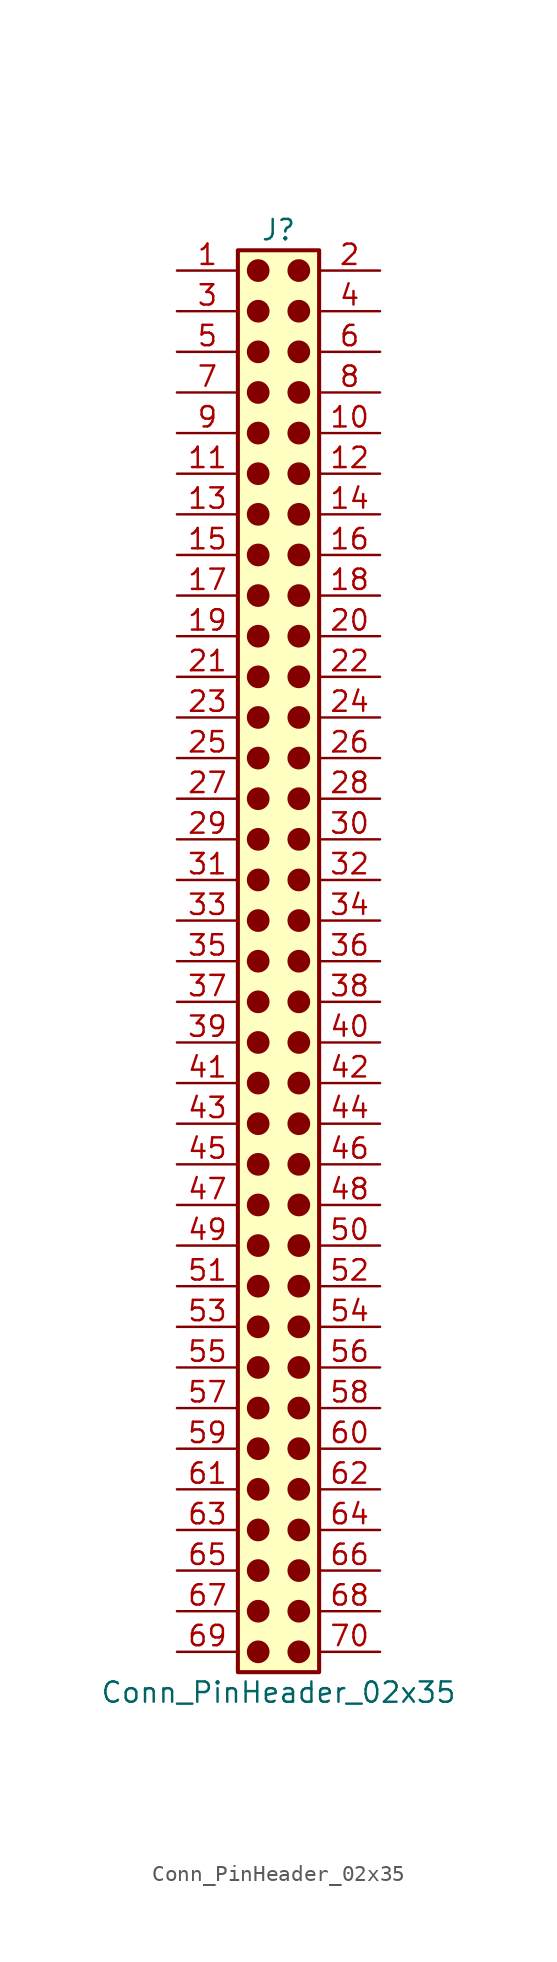
<source format=kicad_sym>
(kicad_symbol_lib
  (version 20241209)
  (generator "kicad_symbol_editor")
  (generator_version "9.0")
  (symbol "Conn_PinHeader_02x35"
    (pin_names
      (offset 1.016)
      (hide yes))
    (property "Reference" "J"
      (at 1.27 45.72 0)
      (effects (font (size 1.27 1.27))))
    (property "Value" "Conn_PinHeader_02x35"
      (at 1.27 -45.72 0)
      (effects (font (size 1.27 1.27))))
    (symbol "Conn_PinHeader_02x35_1_1"
      (rectangle (start -1.27 44.45) (end 3.81 -44.45) (stroke (width 0.254) (type default)) (fill (type background)))
      (circle (center 0 43.18) (radius 0.635) (stroke (width 0) (type solid) (color 132 0 0 1)) (fill (type outline)))
      (circle (center 0 40.64) (radius 0.635) (stroke (width 0) (type solid) (color 132 0 0 1)) (fill (type outline)))
      (circle (center 0 38.1) (radius 0.635) (stroke (width 0) (type solid) (color 132 0 0 1)) (fill (type outline)))
      (circle (center 0 35.56) (radius 0.635) (stroke (width 0) (type solid) (color 132 0 0 1)) (fill (type outline)))
      (circle (center 0 33.02) (radius 0.635) (stroke (width 0) (type solid) (color 132 0 0 1)) (fill (type outline)))
      (circle (center 0 30.48) (radius 0.635) (stroke (width 0) (type solid) (color 132 0 0 1)) (fill (type outline)))
      (circle (center 0 27.94) (radius 0.635) (stroke (width 0) (type solid) (color 132 0 0 1)) (fill (type outline)))
      (circle (center 0 25.4) (radius 0.635) (stroke (width 0) (type solid) (color 132 0 0 1)) (fill (type outline)))
      (circle (center 0 22.86) (radius 0.635) (stroke (width 0) (type solid) (color 132 0 0 1)) (fill (type outline)))
      (circle (center 0 20.32) (radius 0.635) (stroke (width 0) (type solid) (color 132 0 0 1)) (fill (type outline)))
      (circle (center 0 17.78) (radius 0.635) (stroke (width 0) (type solid) (color 132 0 0 1)) (fill (type outline)))
      (circle (center 0 15.24) (radius 0.635) (stroke (width 0) (type solid) (color 132 0 0 1)) (fill (type outline)))
      (circle (center 0 12.7) (radius 0.635) (stroke (width 0) (type solid) (color 132 0 0 1)) (fill (type outline)))
      (circle (center 0 10.16) (radius 0.635) (stroke (width 0) (type solid) (color 132 0 0 1)) (fill (type outline)))
      (circle (center 0 7.62) (radius 0.635) (stroke (width 0) (type solid) (color 132 0 0 1)) (fill (type outline)))
      (circle (center 0 5.08) (radius 0.635) (stroke (width 0) (type solid) (color 132 0 0 1)) (fill (type outline)))
      (circle (center 0 2.54) (radius 0.635) (stroke (width 0) (type solid) (color 132 0 0 1)) (fill (type outline)))
      (circle (center 0 0) (radius 0.635) (stroke (width 0) (type solid) (color 132 0 0 1)) (fill (type outline)))
      (circle (center 0 -2.54) (radius 0.635) (stroke (width 0) (type solid) (color 132 0 0 1)) (fill (type outline)))
      (circle (center 0 -5.08) (radius 0.635) (stroke (width 0) (type solid) (color 132 0 0 1)) (fill (type outline)))
      (circle (center 0 -7.62) (radius 0.635) (stroke (width 0) (type solid) (color 132 0 0 1)) (fill (type outline)))
      (circle (center 0 -10.16) (radius 0.635) (stroke (width 0) (type solid) (color 132 0 0 1)) (fill (type outline)))
      (circle (center 0 -12.7) (radius 0.635) (stroke (width 0) (type solid) (color 132 0 0 1)) (fill (type outline)))
      (circle (center 0 -15.24) (radius 0.635) (stroke (width 0) (type solid) (color 132 0 0 1)) (fill (type outline)))
      (circle (center 0 -17.78) (radius 0.635) (stroke (width 0) (type solid) (color 132 0 0 1)) (fill (type outline)))
      (circle (center 0 -20.32) (radius 0.635) (stroke (width 0) (type solid) (color 132 0 0 1)) (fill (type outline)))
      (circle (center 0 -22.86) (radius 0.635) (stroke (width 0) (type solid) (color 132 0 0 1)) (fill (type outline)))
      (circle (center 0 -25.4) (radius 0.635) (stroke (width 0) (type solid) (color 132 0 0 1)) (fill (type outline)))
      (circle (center 0 -27.94) (radius 0.635) (stroke (width 0) (type solid) (color 132 0 0 1)) (fill (type outline)))
      (circle (center 0 -30.48) (radius 0.635) (stroke (width 0) (type solid) (color 132 0 0 1)) (fill (type outline)))
      (circle (center 0 -33.02) (radius 0.635) (stroke (width 0) (type solid) (color 132 0 0 1)) (fill (type outline)))
      (circle (center 0 -35.56) (radius 0.635) (stroke (width 0) (type solid) (color 132 0 0 1)) (fill (type outline)))
      (circle (center 0 -38.1) (radius 0.635) (stroke (width 0) (type solid) (color 132 0 0 1)) (fill (type outline)))
      (circle (center 0 -40.64) (radius 0.635) (stroke (width 0) (type solid) (color 132 0 0 1)) (fill (type outline)))
      (circle (center 0 -43.18) (radius 0.635) (stroke (width 0) (type solid) (color 132 0 0 1)) (fill (type outline)))
      (circle (center 2.54 43.18) (radius 0.635) (stroke (width 0) (type solid) (color 132 0 0 1)) (fill (type outline)))
      (circle (center 2.54 40.64) (radius 0.635) (stroke (width 0) (type solid) (color 132 0 0 1)) (fill (type outline)))
      (circle (center 2.54 38.1) (radius 0.635) (stroke (width 0) (type solid) (color 132 0 0 1)) (fill (type outline)))
      (circle (center 2.54 35.56) (radius 0.635) (stroke (width 0) (type solid) (color 132 0 0 1)) (fill (type outline)))
      (circle (center 2.54 33.02) (radius 0.635) (stroke (width 0) (type solid) (color 132 0 0 1)) (fill (type outline)))
      (circle (center 2.54 30.48) (radius 0.635) (stroke (width 0) (type solid) (color 132 0 0 1)) (fill (type outline)))
      (circle (center 2.54 27.94) (radius 0.635) (stroke (width 0) (type solid) (color 132 0 0 1)) (fill (type outline)))
      (circle (center 2.54 25.4) (radius 0.635) (stroke (width 0) (type solid) (color 132 0 0 1)) (fill (type outline)))
      (circle (center 2.54 22.86) (radius 0.635) (stroke (width 0) (type solid) (color 132 0 0 1)) (fill (type outline)))
      (circle (center 2.54 20.32) (radius 0.635) (stroke (width 0) (type solid) (color 132 0 0 1)) (fill (type outline)))
      (circle (center 2.54 17.78) (radius 0.635) (stroke (width 0) (type solid) (color 132 0 0 1)) (fill (type outline)))
      (circle (center 2.54 15.24) (radius 0.635) (stroke (width 0) (type solid) (color 132 0 0 1)) (fill (type outline)))
      (circle (center 2.54 12.7) (radius 0.635) (stroke (width 0) (type solid) (color 132 0 0 1)) (fill (type outline)))
      (circle (center 2.54 10.16) (radius 0.635) (stroke (width 0) (type solid) (color 132 0 0 1)) (fill (type outline)))
      (circle (center 2.54 7.62) (radius 0.635) (stroke (width 0) (type solid) (color 132 0 0 1)) (fill (type outline)))
      (circle (center 2.54 5.08) (radius 0.635) (stroke (width 0) (type solid) (color 132 0 0 1)) (fill (type outline)))
      (circle (center 2.54 2.54) (radius 0.635) (stroke (width 0) (type solid) (color 132 0 0 1)) (fill (type outline)))
      (circle (center 2.54 0) (radius 0.635) (stroke (width 0) (type solid) (color 132 0 0 1)) (fill (type outline)))
      (circle (center 2.54 -2.54) (radius 0.635) (stroke (width 0) (type solid) (color 132 0 0 1)) (fill (type outline)))
      (circle (center 2.54 -5.08) (radius 0.635) (stroke (width 0) (type solid) (color 132 0 0 1)) (fill (type outline)))
      (circle (center 2.54 -7.62) (radius 0.635) (stroke (width 0) (type solid) (color 132 0 0 1)) (fill (type outline)))
      (circle (center 2.54 -10.16) (radius 0.635) (stroke (width 0) (type solid) (color 132 0 0 1)) (fill (type outline)))
      (circle (center 2.54 -12.7) (radius 0.635) (stroke (width 0) (type solid) (color 132 0 0 1)) (fill (type outline)))
      (circle (center 2.54 -15.24) (radius 0.635) (stroke (width 0) (type solid) (color 132 0 0 1)) (fill (type outline)))
      (circle (center 2.54 -17.78) (radius 0.635) (stroke (width 0) (type solid) (color 132 0 0 1)) (fill (type outline)))
      (circle (center 2.54 -20.32) (radius 0.635) (stroke (width 0) (type solid) (color 132 0 0 1)) (fill (type outline)))
      (circle (center 2.54 -22.86) (radius 0.635) (stroke (width 0) (type solid) (color 132 0 0 1)) (fill (type outline)))
      (circle (center 2.54 -25.4) (radius 0.635) (stroke (width 0) (type solid) (color 132 0 0 1)) (fill (type outline)))
      (circle (center 2.54 -27.94) (radius 0.635) (stroke (width 0) (type solid) (color 132 0 0 1)) (fill (type outline)))
      (circle (center 2.54 -30.48) (radius 0.635) (stroke (width 0) (type solid) (color 132 0 0 1)) (fill (type outline)))
      (circle (center 2.54 -33.02) (radius 0.635) (stroke (width 0) (type solid) (color 132 0 0 1)) (fill (type outline)))
      (circle (center 2.54 -35.56) (radius 0.635) (stroke (width 0) (type solid) (color 132 0 0 1)) (fill (type outline)))
      (circle (center 2.54 -38.1) (radius 0.635) (stroke (width 0) (type solid) (color 132 0 0 1)) (fill (type outline)))
      (circle (center 2.54 -40.64) (radius 0.635) (stroke (width 0) (type solid) (color 132 0 0 1)) (fill (type outline)))
      (circle (center 2.54 -43.18) (radius 0.635) (stroke (width 0) (type solid) (color 132 0 0 1)) (fill (type outline)))
      (pin passive line (at -5.08 43.18 0) (length 3.81) (name "Pin_1" (effects (font (size 1.27 1.27)))) (number "1" (effects (font (size 1.27 1.27)))))
      (pin passive line (at -5.08 40.64 0) (length 3.81) (name "Pin_3" (effects (font (size 1.27 1.27)))) (number "3" (effects (font (size 1.27 1.27)))))
      (pin passive line (at -5.08 38.1 0) (length 3.81) (name "Pin_5" (effects (font (size 1.27 1.27)))) (number "5" (effects (font (size 1.27 1.27)))))
      (pin passive line (at -5.08 35.56 0) (length 3.81) (name "Pin_7" (effects (font (size 1.27 1.27)))) (number "7" (effects (font (size 1.27 1.27)))))
      (pin passive line (at -5.08 33.02 0) (length 3.81) (name "Pin_9" (effects (font (size 1.27 1.27)))) (number "9" (effects (font (size 1.27 1.27)))))
      (pin passive line (at -5.08 30.48 0) (length 3.81) (name "Pin_11" (effects (font (size 1.27 1.27)))) (number "11" (effects (font (size 1.27 1.27)))))
      (pin passive line (at -5.08 27.94 0) (length 3.81) (name "Pin_13" (effects (font (size 1.27 1.27)))) (number "13" (effects (font (size 1.27 1.27)))))
      (pin passive line (at -5.08 25.4 0) (length 3.81) (name "Pin_15" (effects (font (size 1.27 1.27)))) (number "15" (effects (font (size 1.27 1.27)))))
      (pin passive line (at -5.08 22.86 0) (length 3.81) (name "Pin_17" (effects (font (size 1.27 1.27)))) (number "17" (effects (font (size 1.27 1.27)))))
      (pin passive line (at -5.08 20.32 0) (length 3.81) (name "Pin_19" (effects (font (size 1.27 1.27)))) (number "19" (effects (font (size 1.27 1.27)))))
      (pin passive line (at -5.08 17.78 0) (length 3.81) (name "Pin_21" (effects (font (size 1.27 1.27)))) (number "21" (effects (font (size 1.27 1.27)))))
      (pin passive line (at -5.08 15.24 0) (length 3.81) (name "Pin_23" (effects (font (size 1.27 1.27)))) (number "23" (effects (font (size 1.27 1.27)))))
      (pin passive line (at -5.08 12.7 0) (length 3.81) (name "Pin_25" (effects (font (size 1.27 1.27)))) (number "25" (effects (font (size 1.27 1.27)))))
      (pin passive line (at -5.08 10.16 0) (length 3.81) (name "Pin_27" (effects (font (size 1.27 1.27)))) (number "27" (effects (font (size 1.27 1.27)))))
      (pin passive line (at -5.08 7.62 0) (length 3.81) (name "Pin_29" (effects (font (size 1.27 1.27)))) (number "29" (effects (font (size 1.27 1.27)))))
      (pin passive line (at -5.08 5.08 0) (length 3.81) (name "Pin_31" (effects (font (size 1.27 1.27)))) (number "31" (effects (font (size 1.27 1.27)))))
      (pin passive line (at -5.08 2.54 0) (length 3.81) (name "Pin_33" (effects (font (size 1.27 1.27)))) (number "33" (effects (font (size 1.27 1.27)))))
      (pin passive line (at -5.08 0 0) (length 3.81) (name "Pin_35" (effects (font (size 1.27 1.27)))) (number "35" (effects (font (size 1.27 1.27)))))
      (pin passive line (at -5.08 -2.54 0) (length 3.81) (name "Pin_37" (effects (font (size 1.27 1.27)))) (number "37" (effects (font (size 1.27 1.27)))))
      (pin passive line (at -5.08 -5.08 0) (length 3.81) (name "Pin_39" (effects (font (size 1.27 1.27)))) (number "39" (effects (font (size 1.27 1.27)))))
      (pin passive line (at -5.08 -7.62 0) (length 3.81) (name "Pin_41" (effects (font (size 1.27 1.27)))) (number "41" (effects (font (size 1.27 1.27)))))
      (pin passive line (at -5.08 -10.16 0) (length 3.81) (name "Pin_43" (effects (font (size 1.27 1.27)))) (number "43" (effects (font (size 1.27 1.27)))))
      (pin passive line (at -5.08 -12.7 0) (length 3.81) (name "Pin_45" (effects (font (size 1.27 1.27)))) (number "45" (effects (font (size 1.27 1.27)))))
      (pin passive line (at -5.08 -15.24 0) (length 3.81) (name "Pin_47" (effects (font (size 1.27 1.27)))) (number "47" (effects (font (size 1.27 1.27)))))
      (pin passive line (at -5.08 -17.78 0) (length 3.81) (name "Pin_49" (effects (font (size 1.27 1.27)))) (number "49" (effects (font (size 1.27 1.27)))))
      (pin passive line (at -5.08 -20.32 0) (length 3.81) (name "Pin_51" (effects (font (size 1.27 1.27)))) (number "51" (effects (font (size 1.27 1.27)))))
      (pin passive line (at -5.08 -22.86 0) (length 3.81) (name "Pin_53" (effects (font (size 1.27 1.27)))) (number "53" (effects (font (size 1.27 1.27)))))
      (pin passive line (at -5.08 -25.4 0) (length 3.81) (name "Pin_55" (effects (font (size 1.27 1.27)))) (number "55" (effects (font (size 1.27 1.27)))))
      (pin passive line (at -5.08 -27.94 0) (length 3.81) (name "Pin_57" (effects (font (size 1.27 1.27)))) (number "57" (effects (font (size 1.27 1.27)))))
      (pin passive line (at -5.08 -30.48 0) (length 3.81) (name "Pin_59" (effects (font (size 1.27 1.27)))) (number "59" (effects (font (size 1.27 1.27)))))
      (pin passive line (at -5.08 -33.02 0) (length 3.81) (name "Pin_61" (effects (font (size 1.27 1.27)))) (number "61" (effects (font (size 1.27 1.27)))))
      (pin passive line (at -5.08 -35.56 0) (length 3.81) (name "Pin_63" (effects (font (size 1.27 1.27)))) (number "63" (effects (font (size 1.27 1.27)))))
      (pin passive line (at -5.08 -38.1 0) (length 3.81) (name "Pin_65" (effects (font (size 1.27 1.27)))) (number "65" (effects (font (size 1.27 1.27)))))
      (pin passive line (at -5.08 -40.64 0) (length 3.81) (name "Pin_67" (effects (font (size 1.27 1.27)))) (number "67" (effects (font (size 1.27 1.27)))))
      (pin passive line (at -5.08 -43.18 0) (length 3.81) (name "Pin_69" (effects (font (size 1.27 1.27)))) (number "69" (effects (font (size 1.27 1.27)))))
      (pin passive line (at 7.62 43.18 180) (length 3.81) (name "Pin_2" (effects (font (size 1.27 1.27)))) (number "2" (effects (font (size 1.27 1.27)))))
      (pin passive line (at 7.62 40.64 180) (length 3.81) (name "Pin_4" (effects (font (size 1.27 1.27)))) (number "4" (effects (font (size 1.27 1.27)))))
      (pin passive line (at 7.62 38.1 180) (length 3.81) (name "Pin_6" (effects (font (size 1.27 1.27)))) (number "6" (effects (font (size 1.27 1.27)))))
      (pin passive line (at 7.62 35.56 180) (length 3.81) (name "Pin_8" (effects (font (size 1.27 1.27)))) (number "8" (effects (font (size 1.27 1.27)))))
      (pin passive line (at 7.62 33.02 180) (length 3.81) (name "Pin_10" (effects (font (size 1.27 1.27)))) (number "10" (effects (font (size 1.27 1.27)))))
      (pin passive line (at 7.62 30.48 180) (length 3.81) (name "Pin_12" (effects (font (size 1.27 1.27)))) (number "12" (effects (font (size 1.27 1.27)))))
      (pin passive line (at 7.62 27.94 180) (length 3.81) (name "Pin_14" (effects (font (size 1.27 1.27)))) (number "14" (effects (font (size 1.27 1.27)))))
      (pin passive line (at 7.62 25.4 180) (length 3.81) (name "Pin_16" (effects (font (size 1.27 1.27)))) (number "16" (effects (font (size 1.27 1.27)))))
      (pin passive line (at 7.62 22.86 180) (length 3.81) (name "Pin_18" (effects (font (size 1.27 1.27)))) (number "18" (effects (font (size 1.27 1.27)))))
      (pin passive line (at 7.62 20.32 180) (length 3.81) (name "Pin_20" (effects (font (size 1.27 1.27)))) (number "20" (effects (font (size 1.27 1.27)))))
      (pin passive line (at 7.62 17.78 180) (length 3.81) (name "Pin_22" (effects (font (size 1.27 1.27)))) (number "22" (effects (font (size 1.27 1.27)))))
      (pin passive line (at 7.62 15.24 180) (length 3.81) (name "Pin_24" (effects (font (size 1.27 1.27)))) (number "24" (effects (font (size 1.27 1.27)))))
      (pin passive line (at 7.62 12.7 180) (length 3.81) (name "Pin_26" (effects (font (size 1.27 1.27)))) (number "26" (effects (font (size 1.27 1.27)))))
      (pin passive line (at 7.62 10.16 180) (length 3.81) (name "Pin_28" (effects (font (size 1.27 1.27)))) (number "28" (effects (font (size 1.27 1.27)))))
      (pin passive line (at 7.62 7.62 180) (length 3.81) (name "Pin_30" (effects (font (size 1.27 1.27)))) (number "30" (effects (font (size 1.27 1.27)))))
      (pin passive line (at 7.62 5.08 180) (length 3.81) (name "Pin_32" (effects (font (size 1.27 1.27)))) (number "32" (effects (font (size 1.27 1.27)))))
      (pin passive line (at 7.62 2.54 180) (length 3.81) (name "Pin_34" (effects (font (size 1.27 1.27)))) (number "34" (effects (font (size 1.27 1.27)))))
      (pin passive line (at 7.62 0 180) (length 3.81) (name "Pin_36" (effects (font (size 1.27 1.27)))) (number "36" (effects (font (size 1.27 1.27)))))
      (pin passive line (at 7.62 -2.54 180) (length 3.81) (name "Pin_38" (effects (font (size 1.27 1.27)))) (number "38" (effects (font (size 1.27 1.27)))))
      (pin passive line (at 7.62 -5.08 180) (length 3.81) (name "Pin_40" (effects (font (size 1.27 1.27)))) (number "40" (effects (font (size 1.27 1.27)))))
      (pin passive line (at 7.62 -7.62 180) (length 3.81) (name "Pin_42" (effects (font (size 1.27 1.27)))) (number "42" (effects (font (size 1.27 1.27)))))
      (pin passive line (at 7.62 -10.16 180) (length 3.81) (name "Pin_44" (effects (font (size 1.27 1.27)))) (number "44" (effects (font (size 1.27 1.27)))))
      (pin passive line (at 7.62 -12.7 180) (length 3.81) (name "Pin_46" (effects (font (size 1.27 1.27)))) (number "46" (effects (font (size 1.27 1.27)))))
      (pin passive line (at 7.62 -15.24 180) (length 3.81) (name "Pin_48" (effects (font (size 1.27 1.27)))) (number "48" (effects (font (size 1.27 1.27)))))
      (pin passive line (at 7.62 -17.78 180) (length 3.81) (name "Pin_50" (effects (font (size 1.27 1.27)))) (number "50" (effects (font (size 1.27 1.27)))))
      (pin passive line (at 7.62 -20.32 180) (length 3.81) (name "Pin_52" (effects (font (size 1.27 1.27)))) (number "52" (effects (font (size 1.27 1.27)))))
      (pin passive line (at 7.62 -22.86 180) (length 3.81) (name "Pin_54" (effects (font (size 1.27 1.27)))) (number "54" (effects (font (size 1.27 1.27)))))
      (pin passive line (at 7.62 -25.4 180) (length 3.81) (name "Pin_56" (effects (font (size 1.27 1.27)))) (number "56" (effects (font (size 1.27 1.27)))))
      (pin passive line (at 7.62 -27.94 180) (length 3.81) (name "Pin_58" (effects (font (size 1.27 1.27)))) (number "58" (effects (font (size 1.27 1.27)))))
      (pin passive line (at 7.62 -30.48 180) (length 3.81) (name "Pin_60" (effects (font (size 1.27 1.27)))) (number "60" (effects (font (size 1.27 1.27)))))
      (pin passive line (at 7.62 -33.02 180) (length 3.81) (name "Pin_62" (effects (font (size 1.27 1.27)))) (number "62" (effects (font (size 1.27 1.27)))))
      (pin passive line (at 7.62 -35.56 180) (length 3.81) (name "Pin_64" (effects (font (size 1.27 1.27)))) (number "64" (effects (font (size 1.27 1.27)))))
      (pin passive line (at 7.62 -38.1 180) (length 3.81) (name "Pin_66" (effects (font (size 1.27 1.27)))) (number "66" (effects (font (size 1.27 1.27)))))
      (pin passive line (at 7.62 -40.64 180) (length 3.81) (name "Pin_68" (effects (font (size 1.27 1.27)))) (number "68" (effects (font (size 1.27 1.27)))))
      (pin passive line (at 7.62 -43.18 180) (length 3.81) (name "Pin_70" (effects (font (size 1.27 1.27)))) (number "70" (effects (font (size 1.27 1.27))))))))
</source>
